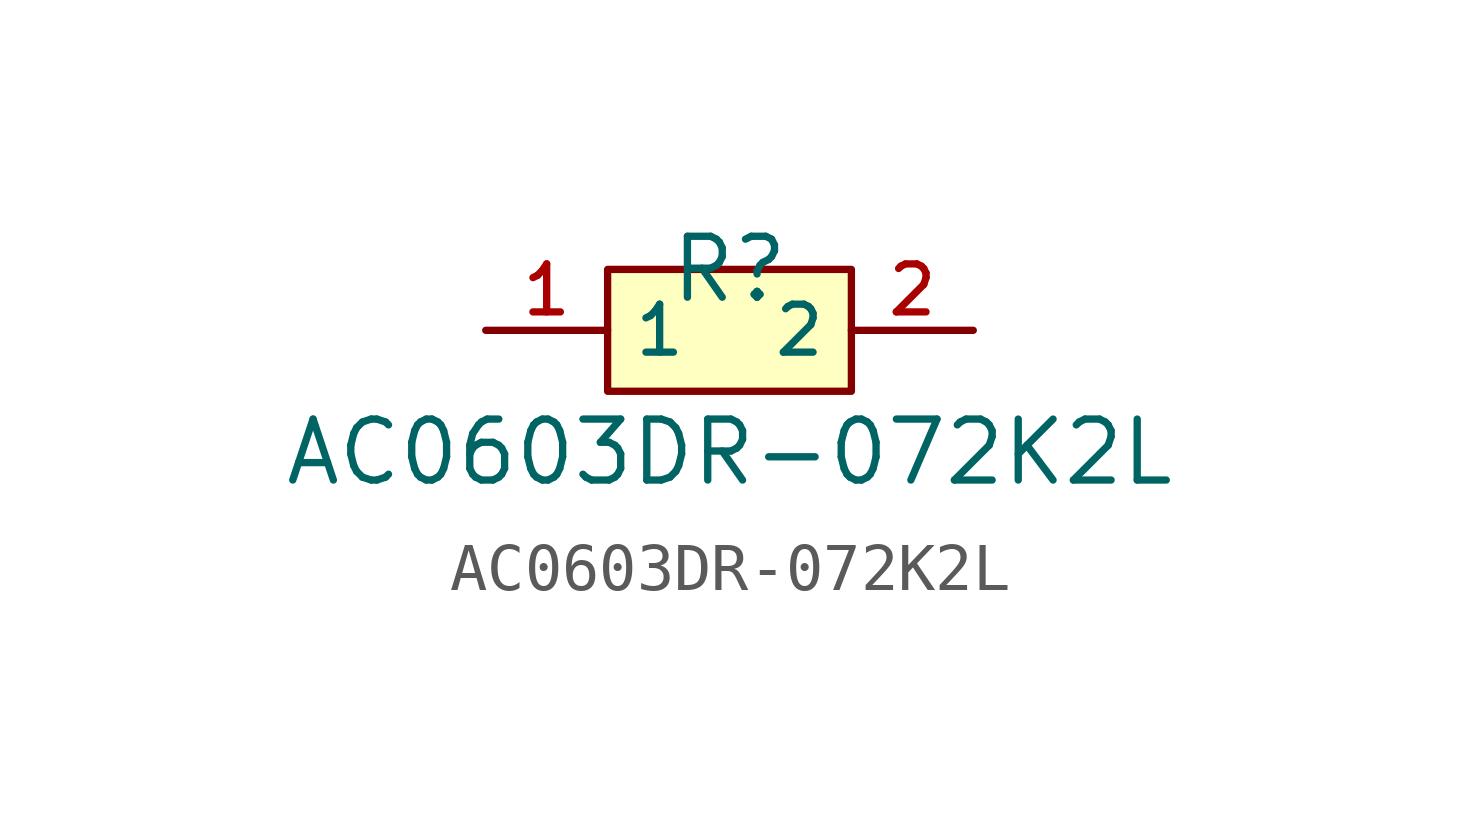
<source format=kicad_sym>
(kicad_symbol_lib
  (version 20210201)
  (generator TousstNicolas/JLC2KiCad_lib)
  (symbol "AC0603DR-072K2L"
    (property "Reference" "R"
      (at 0 1.27 0)
      (effects (font (size 1.27 1.27))))
    (property "Value" "AC0603DR-072K2L"
      (at 0 -2.54 0)
      (effects (font (size 1.27 1.27))))
    (symbol "AC0603DR-072K2L_0_1"
      (pin unspecified line (at -5.08 -0.0 0) (length 2.54) (name "1" (effects (font (size 1 1)))) (number "1" (effects (font (size 1 1)))))
      (pin unspecified line (at 5.08 -0.0 180) (length 2.54) (name "2" (effects (font (size 1 1)))) (number "2" (effects (font (size 1 1)))))
      (rectangle (start -2.54 1.27) (end 2.54 -1.27) (stroke (width 0) (type default) (color 0 0 0 0)) (fill (type background))))))
</source>
